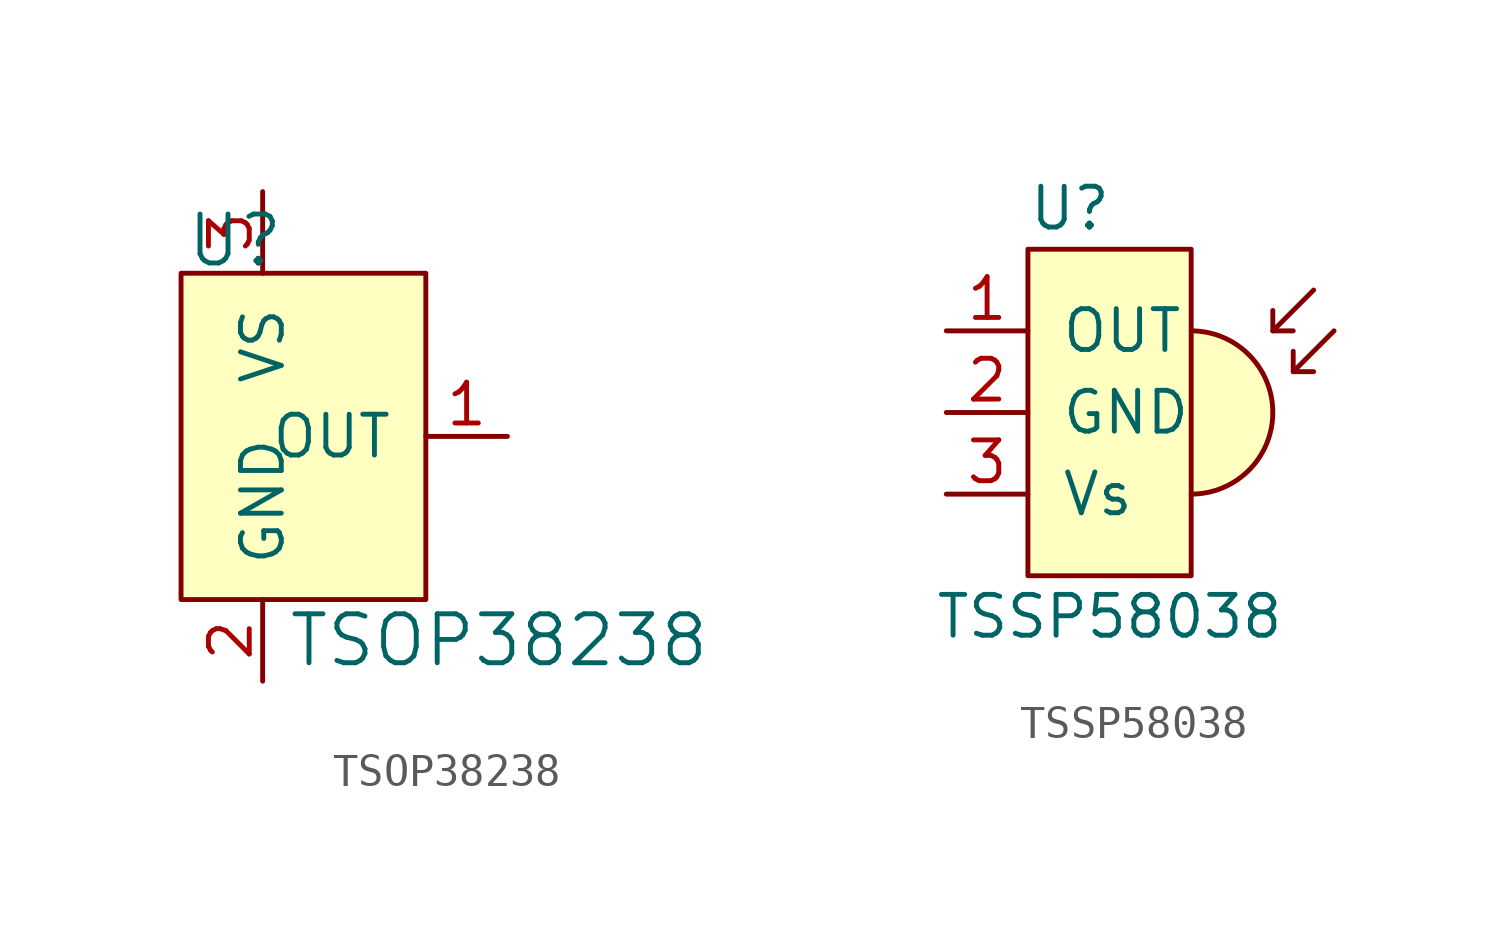
<source format=kicad_sym>
(kicad_symbol_lib
  (version 20220914)
  (generator kicad_symbol_editor)
  (symbol "TSOP38238"
    (pin_names
      (offset 1.016))
    (property "Reference" "U"
      (at -2.413 3.556 0)
      (effects (font (size 1.524 1.524)) (justify left)))
    (property "Value" "TSOP38238"
      (at 0.762 -8.89 0)
      (effects (font (size 1.524 1.524)) (justify left)))
    (symbol "TSOP38238_0_1"
      (rectangle (start -2.54 2.54) (end 5.08 -7.62) (stroke (width 0) (type solid)) (fill (type background))))
    (symbol "TSOP38238_1_1"
      (pin output line (at 7.62 -2.54 180) (length 2.54) (name "OUT" (effects (font (size 1.27 1.27)))) (number "1" (effects (font (size 1.27 1.27)))))
      (pin power_in line (at 0 -10.16 90) (length 2.54) (name "GND" (effects (font (size 1.27 1.27)))) (number "2" (effects (font (size 1.27 1.27)))))
      (pin power_in line (at 0 5.08 270) (length 2.54) (name "VS" (effects (font (size 1.27 1.27)))) (number "3" (effects (font (size 1.27 1.27)))))))
  (symbol "TSSP58038"
    (pin_names
      (offset 1.016))
    (property "Reference" "U"
      (at -2.54 6.35 0)
      (effects (font (size 1.27 1.27)) (justify left)))
    (property "Value" "TSSP58038"
      (at 0 -6.35 0)
      (effects (font (size 1.27 1.27))))
    (symbol "TSSP58038_0_1"
      (rectangle (start -2.54 5.08) (end 2.54 -5.08) (stroke (width 0) (type solid)) (fill (type background)))
      (polyline (pts (xy 5.08 2.54) (xy 6.35 3.81)) (stroke (width 0) (type solid)) (fill (type none)))
      (polyline (pts (xy 5.715 1.27) (xy 6.985 2.54)) (stroke (width 0) (type solid)) (fill (type none)))
      (polyline (pts (xy 5.08 3.175) (xy 5.08 2.54) (xy 5.715 2.54)) (stroke (width 0) (type solid)) (fill (type none)))
      (polyline (pts (xy 5.715 1.905) (xy 5.715 1.27) (xy 6.35 1.27)) (stroke (width 0) (type solid)) (fill (type none)))
      (arc (start 2.54 -2.54) (mid 5.069 0) (end 2.54 2.54) (stroke (width 0) (type solid)) (fill (type background))))
    (symbol "TSSP58038_1_1"
      (pin output line (at -5.08 2.54 0) (length 2.54) (name "OUT" (effects (font (size 1.27 1.27)))) (number "1" (effects (font (size 1.27 1.27)))))
      (pin power_in line (at -5.08 0 0) (length 2.54) (name "GND" (effects (font (size 1.27 1.27)))) (number "2" (effects (font (size 1.27 1.27)))))
      (pin power_in line (at -5.08 -2.54 0) (length 2.54) (name "Vs" (effects (font (size 1.27 1.27)))) (number "3" (effects (font (size 1.27 1.27))))))))
</source>
